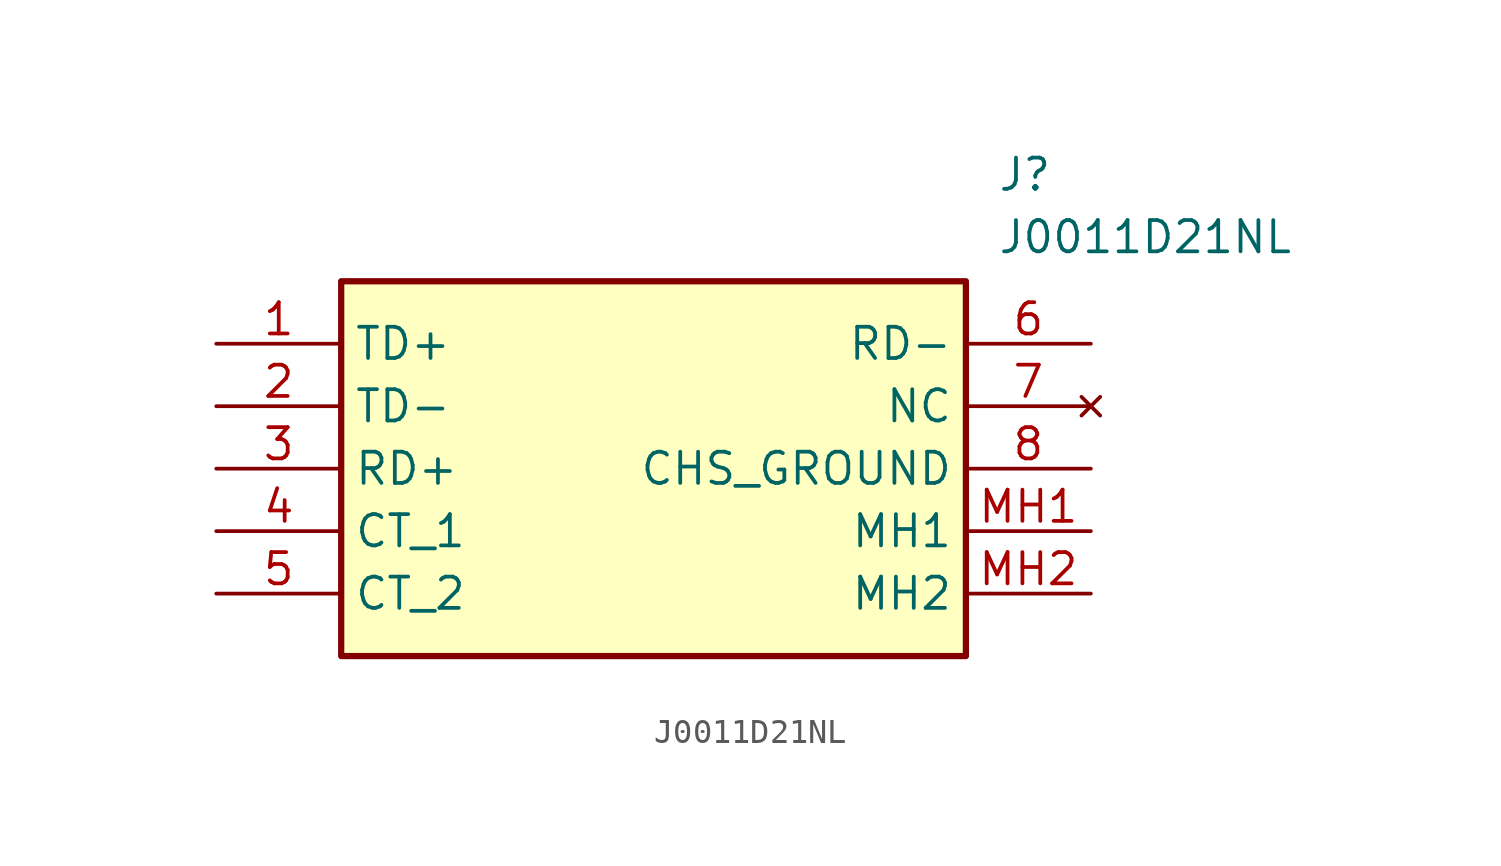
<source format=kicad_sym>
(kicad_symbol_lib
  (version 20211014)
  (generator SamacSys_ECAD_Model)
  (symbol "J0011D21NL"
    (property "Reference" "J"
      (at 31.75 7.62 0)
      (effects (font (size 1.27 1.27)) (justify left top)))
    (property "Value" "J0011D21NL"
      (at 31.75 5.08 0)
      (effects (font (size 1.27 1.27)) (justify left top)))
    (rectangle
      (start 5.08 2.54)
      (end 30.48 -12.7)
      (stroke (width 0.254) (type default))
      (fill (type background)))
    (pin passive line
      (at 0 0 0)
      (length 5.08)
      (name "TD+" (effects (font (size 1.27 1.27))))
      (number "1" (effects (font (size 1.27 1.27)))))
    (pin passive line
      (at 0 -2.54 0)
      (length 5.08)
      (name "TD-" (effects (font (size 1.27 1.27))))
      (number "2" (effects (font (size 1.27 1.27)))))
    (pin passive line
      (at 0 -5.08 0)
      (length 5.08)
      (name "RD+" (effects (font (size 1.27 1.27))))
      (number "3" (effects (font (size 1.27 1.27)))))
    (pin passive line
      (at 0 -7.62 0)
      (length 5.08)
      (name "CT_1" (effects (font (size 1.27 1.27))))
      (number "4" (effects (font (size 1.27 1.27)))))
    (pin passive line
      (at 0 -10.16 0)
      (length 5.08)
      (name "CT_2" (effects (font (size 1.27 1.27))))
      (number "5" (effects (font (size 1.27 1.27)))))
    (pin passive line
      (at 35.56 0 180)
      (length 5.08)
      (name "RD-" (effects (font (size 1.27 1.27))))
      (number "6" (effects (font (size 1.27 1.27)))))
    (pin no_connect line
      (at 35.56 -2.54 180)
      (length 5.08)
      (name "NC" (effects (font (size 1.27 1.27))))
      (number "7" (effects (font (size 1.27 1.27)))))
    (pin passive line
      (at 35.56 -5.08 180)
      (length 5.08)
      (name "CHS_GROUND" (effects (font (size 1.27 1.27))))
      (number "8" (effects (font (size 1.27 1.27)))))
    (pin passive line
      (at 35.56 -7.62 180)
      (length 5.08)
      (name "MH1" (effects (font (size 1.27 1.27))))
      (number "MH1" (effects (font (size 1.27 1.27)))))
    (pin passive line
      (at 35.56 -10.16 180)
      (length 5.08)
      (name "MH2" (effects (font (size 1.27 1.27))))
      (number "MH2" (effects (font (size 1.27 1.27)))))))
</source>
